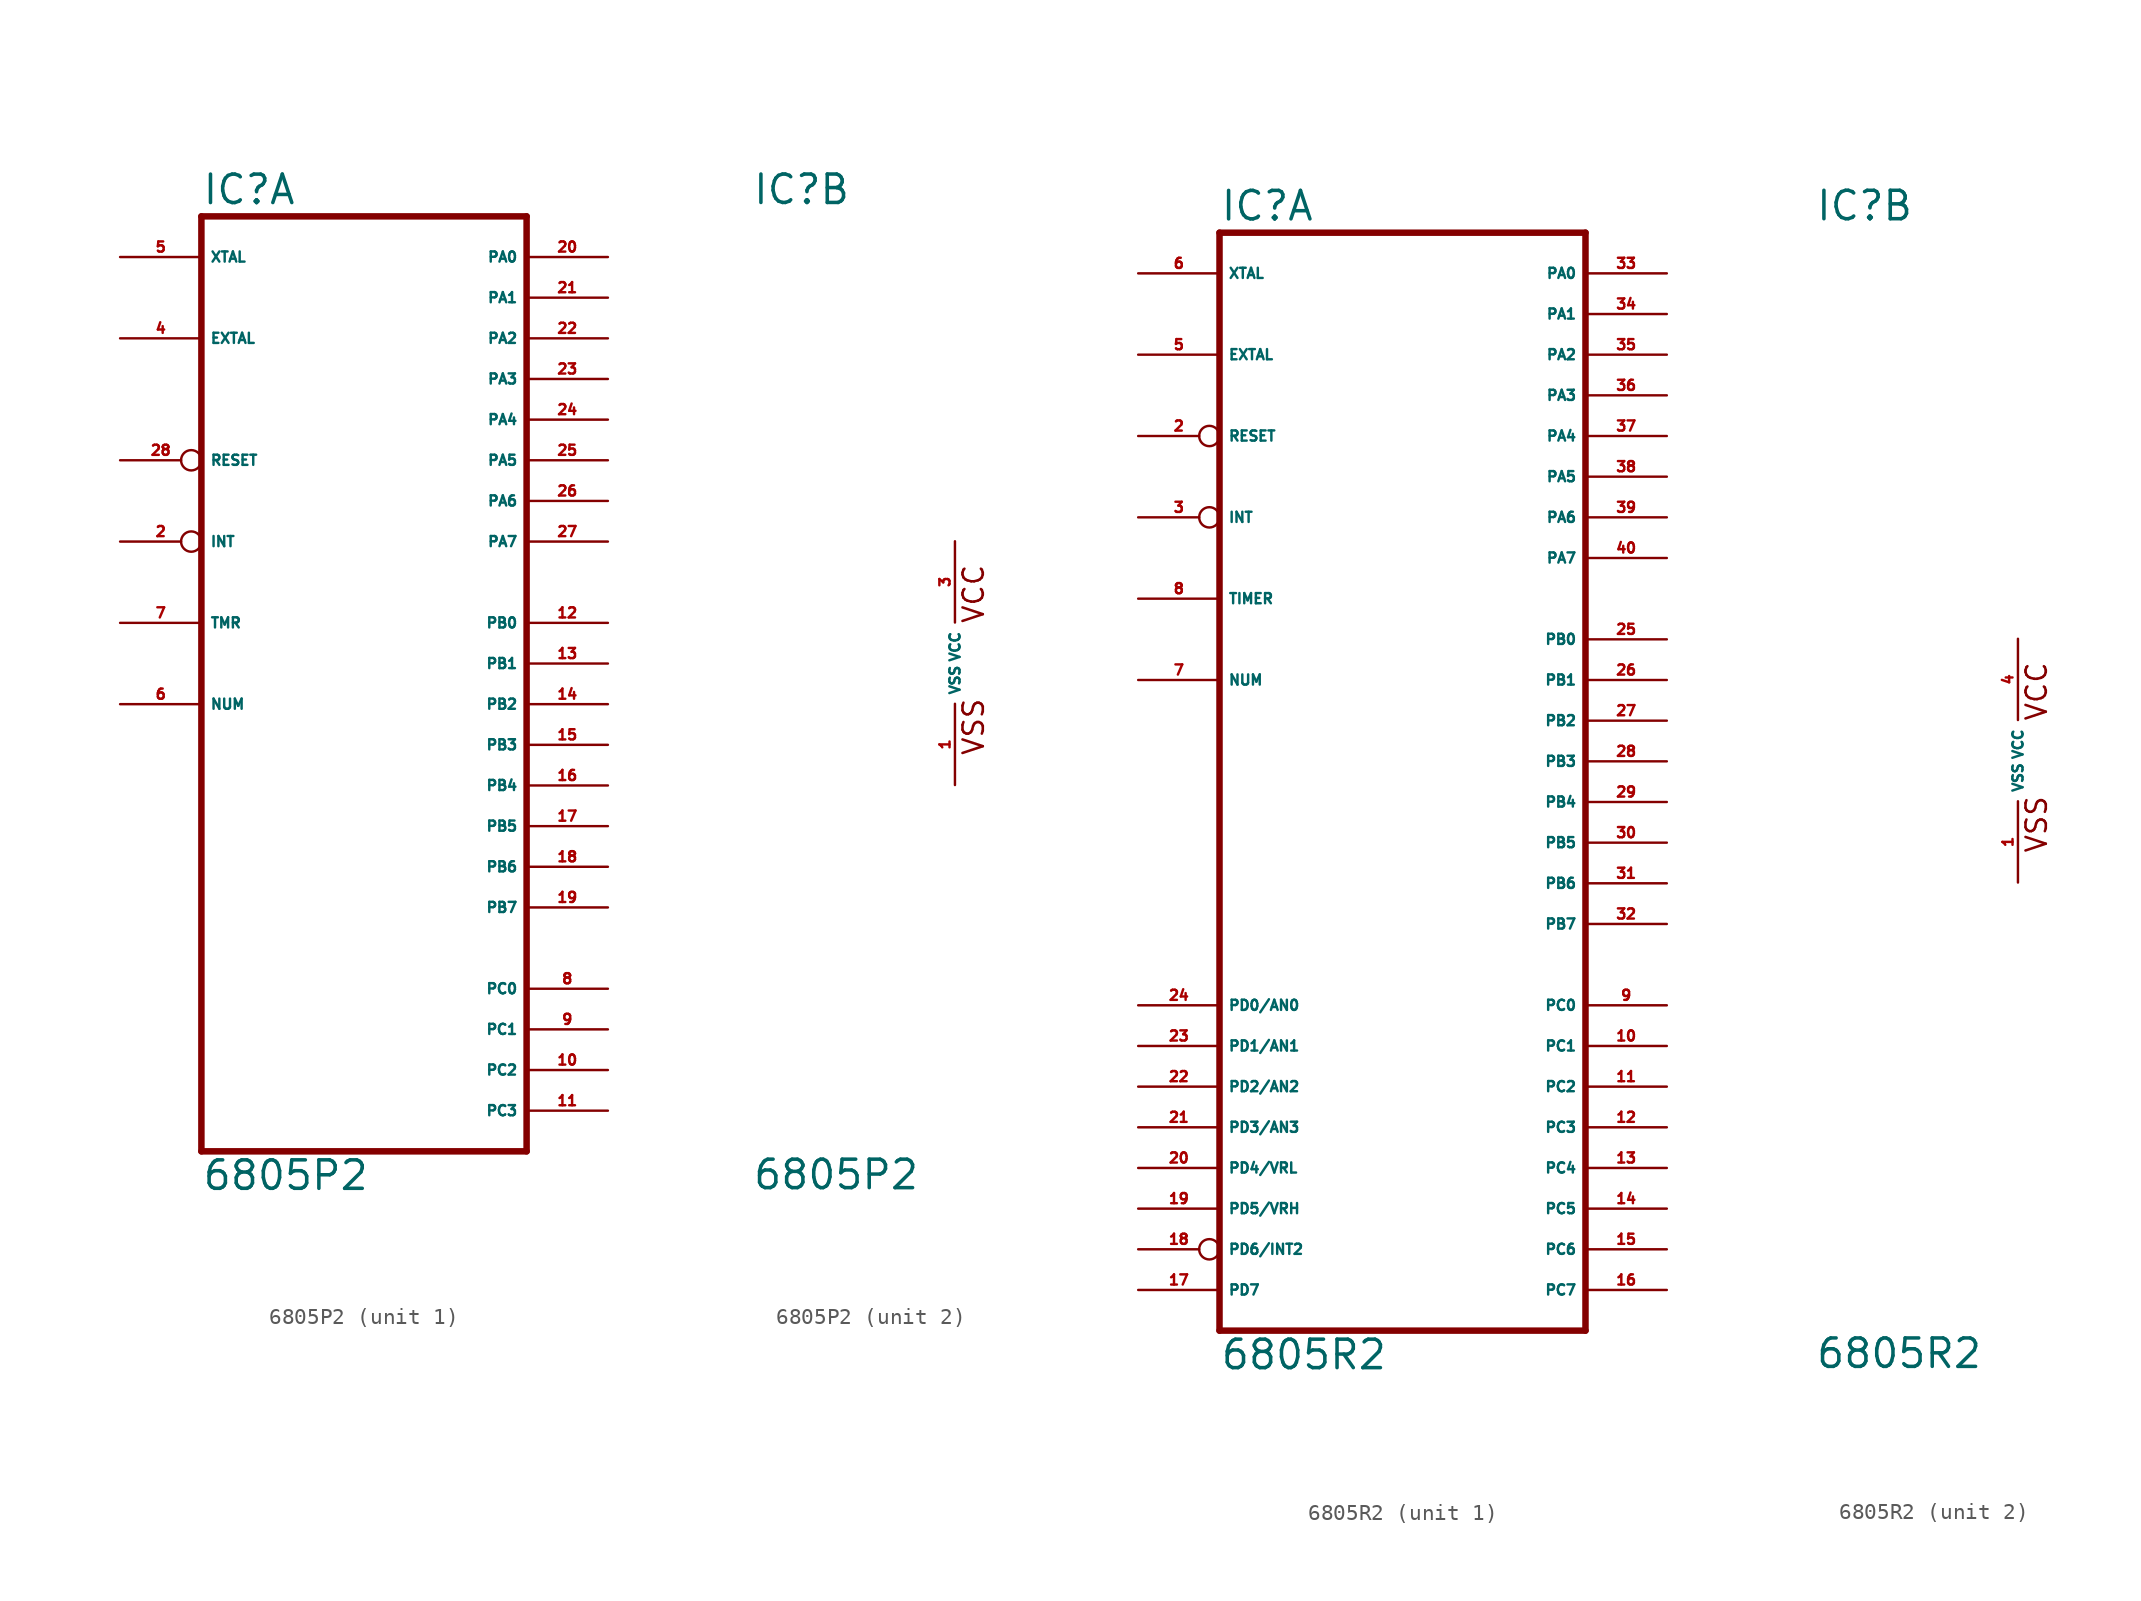
<source format=kicad_sym>
(kicad_symbol_lib
  (version 20220914)
  (generator Eagle2Kicad)
  (symbol "6805P2"
    (property "Reference" "IC"
      (at -12.7 28.575 0)
      (effects (font (size 1.778 1.778) (thickness 0.22)) (justify left bottom)))
    (property "Value" "6805P2"
      (at -12.7 -33.02 0)
      (effects (font (size 1.778 1.778) (thickness 0.22)) (justify left bottom)))
    (symbol "6805P2_1_0"
      (polyline (pts (xy -12.7 -30.48) (xy 7.62 -30.48)) (stroke (width 0.406) (type default)) (fill (type none)))
      (polyline (pts (xy 7.62 -30.48) (xy 7.62 27.94)) (stroke (width 0.406) (type default)) (fill (type none)))
      (polyline (pts (xy 7.62 27.94) (xy -12.7 27.94)) (stroke (width 0.406) (type default)) (fill (type none)))
      (polyline (pts (xy -12.7 27.94) (xy -12.7 -30.48)) (stroke (width 0.406) (type default)) (fill (type none)))
      (pin input inverted (at -17.78 7.62 0) (length 5.08) (name "INT" (effects (font (size 0.635 0.635) (thickness 0.08)) (justify left bottom))) (number "2" (effects (font (size 0.635 0.635) (thickness 0.08)) (justify left bottom))))
      (pin input line (at -17.78 20.32 0) (length 5.08) (name "EXTAL" (effects (font (size 0.635 0.635) (thickness 0.08)) (justify left bottom))) (number "4" (effects (font (size 0.635 0.635) (thickness 0.08)) (justify left bottom))))
      (pin input line (at -17.78 25.4 0) (length 5.08) (name "XTAL" (effects (font (size 0.635 0.635) (thickness 0.08)) (justify left bottom))) (number "5" (effects (font (size 0.635 0.635) (thickness 0.08)) (justify left bottom))))
      (pin input line (at -17.78 -2.54 0) (length 5.08) (name "NUM" (effects (font (size 0.635 0.635) (thickness 0.08)) (justify left bottom))) (number "6" (effects (font (size 0.635 0.635) (thickness 0.08)) (justify left bottom))))
      (pin input line (at -17.78 2.54 0) (length 5.08) (name "TMR" (effects (font (size 0.635 0.635) (thickness 0.08)) (justify left bottom))) (number "7" (effects (font (size 0.635 0.635) (thickness 0.08)) (justify left bottom))))
      (pin bidirectional line (at 12.7 -20.32 180) (length 5.08) (name "PC0" (effects (font (size 0.635 0.635) (thickness 0.08)) (justify left bottom))) (number "8" (effects (font (size 0.635 0.635) (thickness 0.08)) (justify left bottom))))
      (pin bidirectional line (at 12.7 -22.86 180) (length 5.08) (name "PC1" (effects (font (size 0.635 0.635) (thickness 0.08)) (justify left bottom))) (number "9" (effects (font (size 0.635 0.635) (thickness 0.08)) (justify left bottom))))
      (pin bidirectional line (at 12.7 -25.4 180) (length 5.08) (name "PC2" (effects (font (size 0.635 0.635) (thickness 0.08)) (justify left bottom))) (number "10" (effects (font (size 0.635 0.635) (thickness 0.08)) (justify left bottom))))
      (pin bidirectional line (at 12.7 -27.94 180) (length 5.08) (name "PC3" (effects (font (size 0.635 0.635) (thickness 0.08)) (justify left bottom))) (number "11" (effects (font (size 0.635 0.635) (thickness 0.08)) (justify left bottom))))
      (pin bidirectional line (at 12.7 2.54 180) (length 5.08) (name "PB0" (effects (font (size 0.635 0.635) (thickness 0.08)) (justify left bottom))) (number "12" (effects (font (size 0.635 0.635) (thickness 0.08)) (justify left bottom))))
      (pin bidirectional line (at 12.7 0 180) (length 5.08) (name "PB1" (effects (font (size 0.635 0.635) (thickness 0.08)) (justify left bottom))) (number "13" (effects (font (size 0.635 0.635) (thickness 0.08)) (justify left bottom))))
      (pin bidirectional line (at 12.7 -2.54 180) (length 5.08) (name "PB2" (effects (font (size 0.635 0.635) (thickness 0.08)) (justify left bottom))) (number "14" (effects (font (size 0.635 0.635) (thickness 0.08)) (justify left bottom))))
      (pin bidirectional line (at 12.7 -5.08 180) (length 5.08) (name "PB3" (effects (font (size 0.635 0.635) (thickness 0.08)) (justify left bottom))) (number "15" (effects (font (size 0.635 0.635) (thickness 0.08)) (justify left bottom))))
      (pin bidirectional line (at 12.7 -7.62 180) (length 5.08) (name "PB4" (effects (font (size 0.635 0.635) (thickness 0.08)) (justify left bottom))) (number "16" (effects (font (size 0.635 0.635) (thickness 0.08)) (justify left bottom))))
      (pin bidirectional line (at 12.7 -10.16 180) (length 5.08) (name "PB5" (effects (font (size 0.635 0.635) (thickness 0.08)) (justify left bottom))) (number "17" (effects (font (size 0.635 0.635) (thickness 0.08)) (justify left bottom))))
      (pin bidirectional line (at 12.7 -12.7 180) (length 5.08) (name "PB6" (effects (font (size 0.635 0.635) (thickness 0.08)) (justify left bottom))) (number "18" (effects (font (size 0.635 0.635) (thickness 0.08)) (justify left bottom))))
      (pin bidirectional line (at 12.7 -15.24 180) (length 5.08) (name "PB7" (effects (font (size 0.635 0.635) (thickness 0.08)) (justify left bottom))) (number "19" (effects (font (size 0.635 0.635) (thickness 0.08)) (justify left bottom))))
      (pin bidirectional line (at 12.7 25.4 180) (length 5.08) (name "PA0" (effects (font (size 0.635 0.635) (thickness 0.08)) (justify left bottom))) (number "20" (effects (font (size 0.635 0.635) (thickness 0.08)) (justify left bottom))))
      (pin bidirectional line (at 12.7 22.86 180) (length 5.08) (name "PA1" (effects (font (size 0.635 0.635) (thickness 0.08)) (justify left bottom))) (number "21" (effects (font (size 0.635 0.635) (thickness 0.08)) (justify left bottom))))
      (pin bidirectional line (at 12.7 20.32 180) (length 5.08) (name "PA2" (effects (font (size 0.635 0.635) (thickness 0.08)) (justify left bottom))) (number "22" (effects (font (size 0.635 0.635) (thickness 0.08)) (justify left bottom))))
      (pin bidirectional line (at 12.7 17.78 180) (length 5.08) (name "PA3" (effects (font (size 0.635 0.635) (thickness 0.08)) (justify left bottom))) (number "23" (effects (font (size 0.635 0.635) (thickness 0.08)) (justify left bottom))))
      (pin bidirectional line (at 12.7 15.24 180) (length 5.08) (name "PA4" (effects (font (size 0.635 0.635) (thickness 0.08)) (justify left bottom))) (number "24" (effects (font (size 0.635 0.635) (thickness 0.08)) (justify left bottom))))
      (pin bidirectional line (at 12.7 12.7 180) (length 5.08) (name "PA5" (effects (font (size 0.635 0.635) (thickness 0.08)) (justify left bottom))) (number "25" (effects (font (size 0.635 0.635) (thickness 0.08)) (justify left bottom))))
      (pin bidirectional line (at 12.7 10.16 180) (length 5.08) (name "PA6" (effects (font (size 0.635 0.635) (thickness 0.08)) (justify left bottom))) (number "26" (effects (font (size 0.635 0.635) (thickness 0.08)) (justify left bottom))))
      (pin bidirectional line (at 12.7 7.62 180) (length 5.08) (name "PA7" (effects (font (size 0.635 0.635) (thickness 0.08)) (justify left bottom))) (number "27" (effects (font (size 0.635 0.635) (thickness 0.08)) (justify left bottom))))
      (pin input inverted (at -17.78 12.7 0) (length 5.08) (name "RESET" (effects (font (size 0.635 0.635) (thickness 0.08)) (justify left bottom))) (number "28" (effects (font (size 0.635 0.635) (thickness 0.08)) (justify left bottom)))))
    (symbol "6805P2_2_0"
      (text "VSS" (at 1.905 -5.842 900) (effects (font (size 1.27 1.27) (thickness 0.16)) (justify left bottom)))
      (text "VCC" (at 1.905 2.413 900) (effects (font (size 1.27 1.27) (thickness 0.16)) (justify left bottom)))
      (pin unspecified line (at 0 -7.62 90) (length 5.08) (name "VSS" (effects (font (size 0.635 0.635) (thickness 0.08)) (justify left bottom))) (number "1" (effects (font (size 0.635 0.635) (thickness 0.08)) (justify left bottom))))
      (pin unspecified line (at 0 7.62 270) (length 5.08) (name "VCC" (effects (font (size 0.635 0.635) (thickness 0.08)) (justify left bottom))) (number "3" (effects (font (size 0.635 0.635) (thickness 0.08)) (justify left bottom))))))
  (symbol "6805R2"
    (property "Reference" "IC"
      (at -12.7 33.655 0)
      (effects (font (size 1.778 1.778) (thickness 0.22)) (justify left bottom)))
    (property "Value" "6805R2"
      (at -12.7 -38.1 0)
      (effects (font (size 1.778 1.778) (thickness 0.22)) (justify left bottom)))
    (symbol "6805R2_1_0"
      (polyline (pts (xy -12.7 -35.56) (xy 10.16 -35.56)) (stroke (width 0.406) (type default)) (fill (type none)))
      (polyline (pts (xy 10.16 -35.56) (xy 10.16 33.02)) (stroke (width 0.406) (type default)) (fill (type none)))
      (polyline (pts (xy 10.16 33.02) (xy -12.7 33.02)) (stroke (width 0.406) (type default)) (fill (type none)))
      (polyline (pts (xy -12.7 33.02) (xy -12.7 -35.56)) (stroke (width 0.406) (type default)) (fill (type none)))
      (pin input inverted (at -17.78 20.32 0) (length 5.08) (name "RESET" (effects (font (size 0.635 0.635) (thickness 0.08)) (justify left bottom))) (number "2" (effects (font (size 0.635 0.635) (thickness 0.08)) (justify left bottom))))
      (pin input inverted (at -17.78 15.24 0) (length 5.08) (name "INT" (effects (font (size 0.635 0.635) (thickness 0.08)) (justify left bottom))) (number "3" (effects (font (size 0.635 0.635) (thickness 0.08)) (justify left bottom))))
      (pin input line (at -17.78 25.4 0) (length 5.08) (name "EXTAL" (effects (font (size 0.635 0.635) (thickness 0.08)) (justify left bottom))) (number "5" (effects (font (size 0.635 0.635) (thickness 0.08)) (justify left bottom))))
      (pin input line (at -17.78 30.48 0) (length 5.08) (name "XTAL" (effects (font (size 0.635 0.635) (thickness 0.08)) (justify left bottom))) (number "6" (effects (font (size 0.635 0.635) (thickness 0.08)) (justify left bottom))))
      (pin input line (at -17.78 5.08 0) (length 5.08) (name "NUM" (effects (font (size 0.635 0.635) (thickness 0.08)) (justify left bottom))) (number "7" (effects (font (size 0.635 0.635) (thickness 0.08)) (justify left bottom))))
      (pin input line (at -17.78 10.16 0) (length 5.08) (name "TIMER" (effects (font (size 0.635 0.635) (thickness 0.08)) (justify left bottom))) (number "8" (effects (font (size 0.635 0.635) (thickness 0.08)) (justify left bottom))))
      (pin bidirectional line (at 15.24 -15.24 180) (length 5.08) (name "PC0" (effects (font (size 0.635 0.635) (thickness 0.08)) (justify left bottom))) (number "9" (effects (font (size 0.635 0.635) (thickness 0.08)) (justify left bottom))))
      (pin bidirectional line (at 15.24 -17.78 180) (length 5.08) (name "PC1" (effects (font (size 0.635 0.635) (thickness 0.08)) (justify left bottom))) (number "10" (effects (font (size 0.635 0.635) (thickness 0.08)) (justify left bottom))))
      (pin bidirectional line (at 15.24 -20.32 180) (length 5.08) (name "PC2" (effects (font (size 0.635 0.635) (thickness 0.08)) (justify left bottom))) (number "11" (effects (font (size 0.635 0.635) (thickness 0.08)) (justify left bottom))))
      (pin bidirectional line (at 15.24 -22.86 180) (length 5.08) (name "PC3" (effects (font (size 0.635 0.635) (thickness 0.08)) (justify left bottom))) (number "12" (effects (font (size 0.635 0.635) (thickness 0.08)) (justify left bottom))))
      (pin bidirectional line (at 15.24 -25.4 180) (length 5.08) (name "PC4" (effects (font (size 0.635 0.635) (thickness 0.08)) (justify left bottom))) (number "13" (effects (font (size 0.635 0.635) (thickness 0.08)) (justify left bottom))))
      (pin bidirectional line (at 15.24 -27.94 180) (length 5.08) (name "PC5" (effects (font (size 0.635 0.635) (thickness 0.08)) (justify left bottom))) (number "14" (effects (font (size 0.635 0.635) (thickness 0.08)) (justify left bottom))))
      (pin bidirectional line (at 15.24 -30.48 180) (length 5.08) (name "PC6" (effects (font (size 0.635 0.635) (thickness 0.08)) (justify left bottom))) (number "15" (effects (font (size 0.635 0.635) (thickness 0.08)) (justify left bottom))))
      (pin bidirectional line (at 15.24 -33.02 180) (length 5.08) (name "PC7" (effects (font (size 0.635 0.635) (thickness 0.08)) (justify left bottom))) (number "16" (effects (font (size 0.635 0.635) (thickness 0.08)) (justify left bottom))))
      (pin input line (at -17.78 -33.02 0) (length 5.08) (name "PD7" (effects (font (size 0.635 0.635) (thickness 0.08)) (justify left bottom))) (number "17" (effects (font (size 0.635 0.635) (thickness 0.08)) (justify left bottom))))
      (pin input inverted (at -17.78 -30.48 0) (length 5.08) (name "PD6/INT2" (effects (font (size 0.635 0.635) (thickness 0.08)) (justify left bottom))) (number "18" (effects (font (size 0.635 0.635) (thickness 0.08)) (justify left bottom))))
      (pin input line (at -17.78 -27.94 0) (length 5.08) (name "PD5/VRH" (effects (font (size 0.635 0.635) (thickness 0.08)) (justify left bottom))) (number "19" (effects (font (size 0.635 0.635) (thickness 0.08)) (justify left bottom))))
      (pin input line (at -17.78 -25.4 0) (length 5.08) (name "PD4/VRL" (effects (font (size 0.635 0.635) (thickness 0.08)) (justify left bottom))) (number "20" (effects (font (size 0.635 0.635) (thickness 0.08)) (justify left bottom))))
      (pin input line (at -17.78 -22.86 0) (length 5.08) (name "PD3/AN3" (effects (font (size 0.635 0.635) (thickness 0.08)) (justify left bottom))) (number "21" (effects (font (size 0.635 0.635) (thickness 0.08)) (justify left bottom))))
      (pin input line (at -17.78 -20.32 0) (length 5.08) (name "PD2/AN2" (effects (font (size 0.635 0.635) (thickness 0.08)) (justify left bottom))) (number "22" (effects (font (size 0.635 0.635) (thickness 0.08)) (justify left bottom))))
      (pin input line (at -17.78 -17.78 0) (length 5.08) (name "PD1/AN1" (effects (font (size 0.635 0.635) (thickness 0.08)) (justify left bottom))) (number "23" (effects (font (size 0.635 0.635) (thickness 0.08)) (justify left bottom))))
      (pin input line (at -17.78 -15.24 0) (length 5.08) (name "PD0/AN0" (effects (font (size 0.635 0.635) (thickness 0.08)) (justify left bottom))) (number "24" (effects (font (size 0.635 0.635) (thickness 0.08)) (justify left bottom))))
      (pin bidirectional line (at 15.24 7.62 180) (length 5.08) (name "PB0" (effects (font (size 0.635 0.635) (thickness 0.08)) (justify left bottom))) (number "25" (effects (font (size 0.635 0.635) (thickness 0.08)) (justify left bottom))))
      (pin bidirectional line (at 15.24 5.08 180) (length 5.08) (name "PB1" (effects (font (size 0.635 0.635) (thickness 0.08)) (justify left bottom))) (number "26" (effects (font (size 0.635 0.635) (thickness 0.08)) (justify left bottom))))
      (pin bidirectional line (at 15.24 2.54 180) (length 5.08) (name "PB2" (effects (font (size 0.635 0.635) (thickness 0.08)) (justify left bottom))) (number "27" (effects (font (size 0.635 0.635) (thickness 0.08)) (justify left bottom))))
      (pin bidirectional line (at 15.24 0 180) (length 5.08) (name "PB3" (effects (font (size 0.635 0.635) (thickness 0.08)) (justify left bottom))) (number "28" (effects (font (size 0.635 0.635) (thickness 0.08)) (justify left bottom))))
      (pin bidirectional line (at 15.24 -2.54 180) (length 5.08) (name "PB4" (effects (font (size 0.635 0.635) (thickness 0.08)) (justify left bottom))) (number "29" (effects (font (size 0.635 0.635) (thickness 0.08)) (justify left bottom))))
      (pin bidirectional line (at 15.24 -5.08 180) (length 5.08) (name "PB5" (effects (font (size 0.635 0.635) (thickness 0.08)) (justify left bottom))) (number "30" (effects (font (size 0.635 0.635) (thickness 0.08)) (justify left bottom))))
      (pin bidirectional line (at 15.24 -7.62 180) (length 5.08) (name "PB6" (effects (font (size 0.635 0.635) (thickness 0.08)) (justify left bottom))) (number "31" (effects (font (size 0.635 0.635) (thickness 0.08)) (justify left bottom))))
      (pin bidirectional line (at 15.24 -10.16 180) (length 5.08) (name "PB7" (effects (font (size 0.635 0.635) (thickness 0.08)) (justify left bottom))) (number "32" (effects (font (size 0.635 0.635) (thickness 0.08)) (justify left bottom))))
      (pin bidirectional line (at 15.24 30.48 180) (length 5.08) (name "PA0" (effects (font (size 0.635 0.635) (thickness 0.08)) (justify left bottom))) (number "33" (effects (font (size 0.635 0.635) (thickness 0.08)) (justify left bottom))))
      (pin bidirectional line (at 15.24 27.94 180) (length 5.08) (name "PA1" (effects (font (size 0.635 0.635) (thickness 0.08)) (justify left bottom))) (number "34" (effects (font (size 0.635 0.635) (thickness 0.08)) (justify left bottom))))
      (pin bidirectional line (at 15.24 25.4 180) (length 5.08) (name "PA2" (effects (font (size 0.635 0.635) (thickness 0.08)) (justify left bottom))) (number "35" (effects (font (size 0.635 0.635) (thickness 0.08)) (justify left bottom))))
      (pin bidirectional line (at 15.24 22.86 180) (length 5.08) (name "PA3" (effects (font (size 0.635 0.635) (thickness 0.08)) (justify left bottom))) (number "36" (effects (font (size 0.635 0.635) (thickness 0.08)) (justify left bottom))))
      (pin bidirectional line (at 15.24 20.32 180) (length 5.08) (name "PA4" (effects (font (size 0.635 0.635) (thickness 0.08)) (justify left bottom))) (number "37" (effects (font (size 0.635 0.635) (thickness 0.08)) (justify left bottom))))
      (pin bidirectional line (at 15.24 17.78 180) (length 5.08) (name "PA5" (effects (font (size 0.635 0.635) (thickness 0.08)) (justify left bottom))) (number "38" (effects (font (size 0.635 0.635) (thickness 0.08)) (justify left bottom))))
      (pin bidirectional line (at 15.24 15.24 180) (length 5.08) (name "PA6" (effects (font (size 0.635 0.635) (thickness 0.08)) (justify left bottom))) (number "39" (effects (font (size 0.635 0.635) (thickness 0.08)) (justify left bottom))))
      (pin bidirectional line (at 15.24 12.7 180) (length 5.08) (name "PA7" (effects (font (size 0.635 0.635) (thickness 0.08)) (justify left bottom))) (number "40" (effects (font (size 0.635 0.635) (thickness 0.08)) (justify left bottom)))))
    (symbol "6805R2_2_0"
      (text "VSS" (at 1.905 -5.842 900) (effects (font (size 1.27 1.27) (thickness 0.16)) (justify left bottom)))
      (text "VCC" (at 1.905 2.413 900) (effects (font (size 1.27 1.27) (thickness 0.16)) (justify left bottom)))
      (pin unspecified line (at 0 -7.62 90) (length 5.08) (name "VSS" (effects (font (size 0.635 0.635) (thickness 0.08)) (justify left bottom))) (number "1" (effects (font (size 0.635 0.635) (thickness 0.08)) (justify left bottom))))
      (pin unspecified line (at 0 7.62 270) (length 5.08) (name "VCC" (effects (font (size 0.635 0.635) (thickness 0.08)) (justify left bottom))) (number "4" (effects (font (size 0.635 0.635) (thickness 0.08)) (justify left bottom)))))))
</source>
